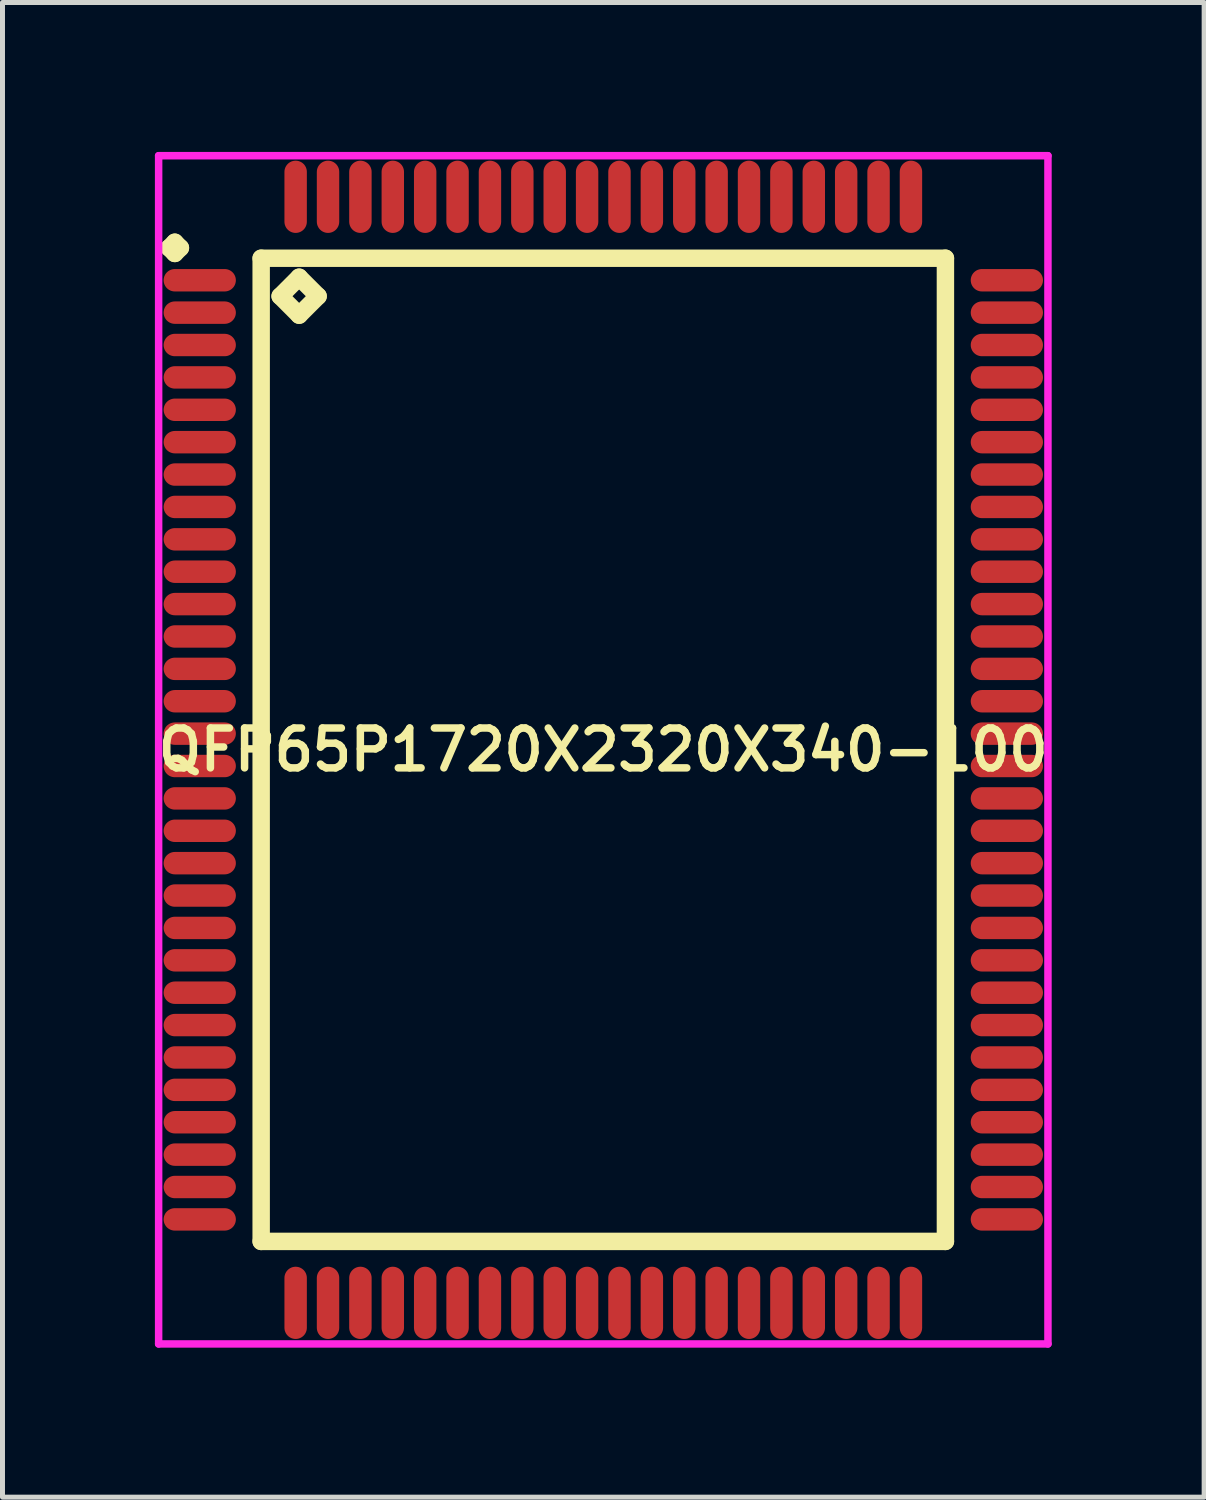
<source format=kicad_pcb>
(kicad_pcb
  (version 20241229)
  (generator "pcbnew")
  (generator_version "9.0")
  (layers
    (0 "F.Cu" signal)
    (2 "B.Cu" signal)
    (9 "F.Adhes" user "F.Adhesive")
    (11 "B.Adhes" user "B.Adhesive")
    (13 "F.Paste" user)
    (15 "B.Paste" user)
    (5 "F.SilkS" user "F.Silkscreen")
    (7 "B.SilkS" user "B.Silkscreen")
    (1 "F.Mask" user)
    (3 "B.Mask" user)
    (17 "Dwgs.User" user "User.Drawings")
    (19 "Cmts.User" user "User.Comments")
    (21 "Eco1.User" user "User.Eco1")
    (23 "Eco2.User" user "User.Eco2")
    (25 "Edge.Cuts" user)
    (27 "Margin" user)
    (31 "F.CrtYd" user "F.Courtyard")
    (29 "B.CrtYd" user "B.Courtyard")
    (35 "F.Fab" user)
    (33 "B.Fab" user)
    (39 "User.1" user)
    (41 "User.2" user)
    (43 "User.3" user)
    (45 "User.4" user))
  (footprint "QFP65P1720X2320X340-100"
    (layer "F.Cu")
    (at 9.059 12)
    (property "Reference" "QFP65P1720X2320X340-100" (at 0 0 0) (layer "F.SilkS") (effects (font (size 0.8 0.8) (thickness 0.15))))
    (attr through_hole)
    (fp_line (start -8.713 -10.075) (end -8.6 -10.188) (stroke (width 0.35) (type solid)) (layer "F.SilkS"))
    (fp_line (start -8.6 -10.188) (end -8.488 -10.075) (stroke (width 0.35) (type solid)) (layer "F.SilkS"))
    (fp_line (start -8.6 -9.963) (end -8.713 -10.075) (stroke (width 0.35) (type solid)) (layer "F.SilkS"))
    (fp_line (start -8.488 -10.075) (end -8.6 -9.963) (stroke (width 0.35) (type solid)) (layer "F.SilkS"))
    (fp_line (start -6.867 -9.867) (end -6.867 9.867) (stroke (width 0.35) (type solid)) (layer "F.SilkS"))
    (fp_line (start -6.867 9.867) (end 6.867 9.867) (stroke (width 0.35) (type solid)) (layer "F.SilkS"))
    (fp_line (start -6.486 -9.105) (end -6.105 -9.486) (stroke (width 0.35) (type solid)) (layer "F.SilkS"))
    (fp_line (start -6.105 -9.486) (end -5.724 -9.105) (stroke (width 0.35) (type solid)) (layer "F.SilkS"))
    (fp_line (start -6.105 -8.724) (end -6.486 -9.105) (stroke (width 0.35) (type solid)) (layer "F.SilkS"))
    (fp_line (start -5.724 -9.105) (end -6.105 -8.724) (stroke (width 0.35) (type solid)) (layer "F.SilkS"))
    (fp_line (start 6.867 -9.867) (end -6.867 -9.867) (stroke (width 0.35) (type solid)) (layer "F.SilkS"))
    (fp_line (start 6.867 9.867) (end 6.867 -9.867) (stroke (width 0.35) (type solid)) (layer "F.SilkS"))
    (fp_line (start -8.925 -11.925) (end 8.925 -11.925) (stroke (width 0.15) (type solid)) (layer "F.CrtYd"))
    (fp_line (start -8.925 11.925) (end -8.925 -11.925) (stroke (width 0.15) (type solid)) (layer "F.CrtYd"))
    (fp_line (start 8.925 -11.925) (end 8.925 11.925) (stroke (width 0.15) (type solid)) (layer "F.CrtYd"))
    (fp_line (start 8.925 11.925) (end -8.925 11.925) (stroke (width 0.15) (type solid)) (layer "F.CrtYd"))
    (pad "1" smd oval (at -8.1 -9.425) (size 1.45 0.45) (layers "F.Cu" "F.Mask" "F.Paste"))
    (pad "2" smd oval (at -8.1 -8.775) (size 1.45 0.45) (layers "F.Cu" "F.Mask" "F.Paste"))
    (pad "3" smd oval (at -8.1 -8.125) (size 1.45 0.45) (layers "F.Cu" "F.Mask" "F.Paste"))
    (pad "4" smd oval (at -8.1 -7.475) (size 1.45 0.45) (layers "F.Cu" "F.Mask" "F.Paste"))
    (pad "5" smd oval (at -8.1 -6.825) (size 1.45 0.45) (layers "F.Cu" "F.Mask" "F.Paste"))
    (pad "6" smd oval (at -8.1 -6.175) (size 1.45 0.45) (layers "F.Cu" "F.Mask" "F.Paste"))
    (pad "7" smd oval (at -8.1 -5.525) (size 1.45 0.45) (layers "F.Cu" "F.Mask" "F.Paste"))
    (pad "8" smd oval (at -8.1 -4.875) (size 1.45 0.45) (layers "F.Cu" "F.Mask" "F.Paste"))
    (pad "9" smd oval (at -8.1 -4.225) (size 1.45 0.45) (layers "F.Cu" "F.Mask" "F.Paste"))
    (pad "10" smd oval (at -8.1 -3.575) (size 1.45 0.45) (layers "F.Cu" "F.Mask" "F.Paste"))
    (pad "11" smd oval (at -8.1 -2.925) (size 1.45 0.45) (layers "F.Cu" "F.Mask" "F.Paste"))
    (pad "12" smd oval (at -8.1 -2.275) (size 1.45 0.45) (layers "F.Cu" "F.Mask" "F.Paste"))
    (pad "13" smd oval (at -8.1 -1.625) (size 1.45 0.45) (layers "F.Cu" "F.Mask" "F.Paste"))
    (pad "14" smd oval (at -8.1 -0.975) (size 1.45 0.45) (layers "F.Cu" "F.Mask" "F.Paste"))
    (pad "15" smd oval (at -8.1 -0.325) (size 1.45 0.45) (layers "F.Cu" "F.Mask" "F.Paste"))
    (pad "16" smd oval (at -8.1 0.325) (size 1.45 0.45) (layers "F.Cu" "F.Mask" "F.Paste"))
    (pad "17" smd oval (at -8.1 0.975) (size 1.45 0.45) (layers "F.Cu" "F.Mask" "F.Paste"))
    (pad "18" smd oval (at -8.1 1.625) (size 1.45 0.45) (layers "F.Cu" "F.Mask" "F.Paste"))
    (pad "19" smd oval (at -8.1 2.275) (size 1.45 0.45) (layers "F.Cu" "F.Mask" "F.Paste"))
    (pad "20" smd oval (at -8.1 2.925) (size 1.45 0.45) (layers "F.Cu" "F.Mask" "F.Paste"))
    (pad "21" smd oval (at -8.1 3.575) (size 1.45 0.45) (layers "F.Cu" "F.Mask" "F.Paste"))
    (pad "22" smd oval (at -8.1 4.225) (size 1.45 0.45) (layers "F.Cu" "F.Mask" "F.Paste"))
    (pad "23" smd oval (at -8.1 4.875) (size 1.45 0.45) (layers "F.Cu" "F.Mask" "F.Paste"))
    (pad "24" smd oval (at -8.1 5.525) (size 1.45 0.45) (layers "F.Cu" "F.Mask" "F.Paste"))
    (pad "25" smd oval (at -8.1 6.175) (size 1.45 0.45) (layers "F.Cu" "F.Mask" "F.Paste"))
    (pad "26" smd oval (at -8.1 6.825) (size 1.45 0.45) (layers "F.Cu" "F.Mask" "F.Paste"))
    (pad "27" smd oval (at -8.1 7.475) (size 1.45 0.45) (layers "F.Cu" "F.Mask" "F.Paste"))
    (pad "28" smd oval (at -8.1 8.125) (size 1.45 0.45) (layers "F.Cu" "F.Mask" "F.Paste"))
    (pad "29" smd oval (at -8.1 8.775) (size 1.45 0.45) (layers "F.Cu" "F.Mask" "F.Paste"))
    (pad "30" smd oval (at -8.1 9.425) (size 1.45 0.45) (layers "F.Cu" "F.Mask" "F.Paste"))
    (pad "31" smd oval (at -6.175 11.1) (size 0.45 1.45) (layers "F.Cu" "F.Mask" "F.Paste"))
    (pad "32" smd oval (at -5.525 11.1) (size 0.45 1.45) (layers "F.Cu" "F.Mask" "F.Paste"))
    (pad "33" smd oval (at -4.875 11.1) (size 0.45 1.45) (layers "F.Cu" "F.Mask" "F.Paste"))
    (pad "34" smd oval (at -4.225 11.1) (size 0.45 1.45) (layers "F.Cu" "F.Mask" "F.Paste"))
    (pad "35" smd oval (at -3.575 11.1) (size 0.45 1.45) (layers "F.Cu" "F.Mask" "F.Paste"))
    (pad "36" smd oval (at -2.925 11.1) (size 0.45 1.45) (layers "F.Cu" "F.Mask" "F.Paste"))
    (pad "37" smd oval (at -2.275 11.1) (size 0.45 1.45) (layers "F.Cu" "F.Mask" "F.Paste"))
    (pad "38" smd oval (at -1.625 11.1) (size 0.45 1.45) (layers "F.Cu" "F.Mask" "F.Paste"))
    (pad "39" smd oval (at -0.975 11.1) (size 0.45 1.45) (layers "F.Cu" "F.Mask" "F.Paste"))
    (pad "40" smd oval (at -0.325 11.1) (size 0.45 1.45) (layers "F.Cu" "F.Mask" "F.Paste"))
    (pad "41" smd oval (at 0.325 11.1) (size 0.45 1.45) (layers "F.Cu" "F.Mask" "F.Paste"))
    (pad "42" smd oval (at 0.975 11.1) (size 0.45 1.45) (layers "F.Cu" "F.Mask" "F.Paste"))
    (pad "43" smd oval (at 1.625 11.1) (size 0.45 1.45) (layers "F.Cu" "F.Mask" "F.Paste"))
    (pad "44" smd oval (at 2.275 11.1) (size 0.45 1.45) (layers "F.Cu" "F.Mask" "F.Paste"))
    (pad "45" smd oval (at 2.925 11.1) (size 0.45 1.45) (layers "F.Cu" "F.Mask" "F.Paste"))
    (pad "46" smd oval (at 3.575 11.1) (size 0.45 1.45) (layers "F.Cu" "F.Mask" "F.Paste"))
    (pad "47" smd oval (at 4.225 11.1) (size 0.45 1.45) (layers "F.Cu" "F.Mask" "F.Paste"))
    (pad "48" smd oval (at 4.875 11.1) (size 0.45 1.45) (layers "F.Cu" "F.Mask" "F.Paste"))
    (pad "49" smd oval (at 5.525 11.1) (size 0.45 1.45) (layers "F.Cu" "F.Mask" "F.Paste"))
    (pad "50" smd oval (at 6.175 11.1) (size 0.45 1.45) (layers "F.Cu" "F.Mask" "F.Paste"))
    (pad "51" smd oval (at 8.1 9.425) (size 1.45 0.45) (layers "F.Cu" "F.Mask" "F.Paste"))
    (pad "52" smd oval (at 8.1 8.775) (size 1.45 0.45) (layers "F.Cu" "F.Mask" "F.Paste"))
    (pad "53" smd oval (at 8.1 8.125) (size 1.45 0.45) (layers "F.Cu" "F.Mask" "F.Paste"))
    (pad "54" smd oval (at 8.1 7.475) (size 1.45 0.45) (layers "F.Cu" "F.Mask" "F.Paste"))
    (pad "55" smd oval (at 8.1 6.825) (size 1.45 0.45) (layers "F.Cu" "F.Mask" "F.Paste"))
    (pad "56" smd oval (at 8.1 6.175) (size 1.45 0.45) (layers "F.Cu" "F.Mask" "F.Paste"))
    (pad "57" smd oval (at 8.1 5.525) (size 1.45 0.45) (layers "F.Cu" "F.Mask" "F.Paste"))
    (pad "58" smd oval (at 8.1 4.875) (size 1.45 0.45) (layers "F.Cu" "F.Mask" "F.Paste"))
    (pad "59" smd oval (at 8.1 4.225) (size 1.45 0.45) (layers "F.Cu" "F.Mask" "F.Paste"))
    (pad "60" smd oval (at 8.1 3.575) (size 1.45 0.45) (layers "F.Cu" "F.Mask" "F.Paste"))
    (pad "61" smd oval (at 8.1 2.925) (size 1.45 0.45) (layers "F.Cu" "F.Mask" "F.Paste"))
    (pad "62" smd oval (at 8.1 2.275) (size 1.45 0.45) (layers "F.Cu" "F.Mask" "F.Paste"))
    (pad "63" smd oval (at 8.1 1.625) (size 1.45 0.45) (layers "F.Cu" "F.Mask" "F.Paste"))
    (pad "64" smd oval (at 8.1 0.975) (size 1.45 0.45) (layers "F.Cu" "F.Mask" "F.Paste"))
    (pad "65" smd oval (at 8.1 0.325) (size 1.45 0.45) (layers "F.Cu" "F.Mask" "F.Paste"))
    (pad "66" smd oval (at 8.1 -0.325) (size 1.45 0.45) (layers "F.Cu" "F.Mask" "F.Paste"))
    (pad "67" smd oval (at 8.1 -0.975) (size 1.45 0.45) (layers "F.Cu" "F.Mask" "F.Paste"))
    (pad "68" smd oval (at 8.1 -1.625) (size 1.45 0.45) (layers "F.Cu" "F.Mask" "F.Paste"))
    (pad "69" smd oval (at 8.1 -2.275) (size 1.45 0.45) (layers "F.Cu" "F.Mask" "F.Paste"))
    (pad "70" smd oval (at 8.1 -2.925) (size 1.45 0.45) (layers "F.Cu" "F.Mask" "F.Paste"))
    (pad "71" smd oval (at 8.1 -3.575) (size 1.45 0.45) (layers "F.Cu" "F.Mask" "F.Paste"))
    (pad "72" smd oval (at 8.1 -4.225) (size 1.45 0.45) (layers "F.Cu" "F.Mask" "F.Paste"))
    (pad "73" smd oval (at 8.1 -4.875) (size 1.45 0.45) (layers "F.Cu" "F.Mask" "F.Paste"))
    (pad "74" smd oval (at 8.1 -5.525) (size 1.45 0.45) (layers "F.Cu" "F.Mask" "F.Paste"))
    (pad "75" smd oval (at 8.1 -6.175) (size 1.45 0.45) (layers "F.Cu" "F.Mask" "F.Paste"))
    (pad "76" smd oval (at 8.1 -6.825) (size 1.45 0.45) (layers "F.Cu" "F.Mask" "F.Paste"))
    (pad "77" smd oval (at 8.1 -7.475) (size 1.45 0.45) (layers "F.Cu" "F.Mask" "F.Paste"))
    (pad "78" smd oval (at 8.1 -8.125) (size 1.45 0.45) (layers "F.Cu" "F.Mask" "F.Paste"))
    (pad "79" smd oval (at 8.1 -8.775) (size 1.45 0.45) (layers "F.Cu" "F.Mask" "F.Paste"))
    (pad "80" smd oval (at 8.1 -9.425) (size 1.45 0.45) (layers "F.Cu" "F.Mask" "F.Paste"))
    (pad "81" smd oval (at 6.175 -11.1) (size 0.45 1.45) (layers "F.Cu" "F.Mask" "F.Paste"))
    (pad "82" smd oval (at 5.525 -11.1) (size 0.45 1.45) (layers "F.Cu" "F.Mask" "F.Paste"))
    (pad "83" smd oval (at 4.875 -11.1) (size 0.45 1.45) (layers "F.Cu" "F.Mask" "F.Paste"))
    (pad "84" smd oval (at 4.225 -11.1) (size 0.45 1.45) (layers "F.Cu" "F.Mask" "F.Paste"))
    (pad "85" smd oval (at 3.575 -11.1) (size 0.45 1.45) (layers "F.Cu" "F.Mask" "F.Paste"))
    (pad "86" smd oval (at 2.925 -11.1) (size 0.45 1.45) (layers "F.Cu" "F.Mask" "F.Paste"))
    (pad "87" smd oval (at 2.275 -11.1) (size 0.45 1.45) (layers "F.Cu" "F.Mask" "F.Paste"))
    (pad "88" smd oval (at 1.625 -11.1) (size 0.45 1.45) (layers "F.Cu" "F.Mask" "F.Paste"))
    (pad "89" smd oval (at 0.975 -11.1) (size 0.45 1.45) (layers "F.Cu" "F.Mask" "F.Paste"))
    (pad "90" smd oval (at 0.325 -11.1) (size 0.45 1.45) (layers "F.Cu" "F.Mask" "F.Paste"))
    (pad "91" smd oval (at -0.325 -11.1) (size 0.45 1.45) (layers "F.Cu" "F.Mask" "F.Paste"))
    (pad "92" smd oval (at -0.975 -11.1) (size 0.45 1.45) (layers "F.Cu" "F.Mask" "F.Paste"))
    (pad "93" smd oval (at -1.625 -11.1) (size 0.45 1.45) (layers "F.Cu" "F.Mask" "F.Paste"))
    (pad "94" smd oval (at -2.275 -11.1) (size 0.45 1.45) (layers "F.Cu" "F.Mask" "F.Paste"))
    (pad "95" smd oval (at -2.925 -11.1) (size 0.45 1.45) (layers "F.Cu" "F.Mask" "F.Paste"))
    (pad "96" smd oval (at -3.575 -11.1) (size 0.45 1.45) (layers "F.Cu" "F.Mask" "F.Paste"))
    (pad "97" smd oval (at -4.225 -11.1) (size 0.45 1.45) (layers "F.Cu" "F.Mask" "F.Paste"))
    (pad "98" smd oval (at -4.875 -11.1) (size 0.45 1.45) (layers "F.Cu" "F.Mask" "F.Paste"))
    (pad "99" smd oval (at -5.525 -11.1) (size 0.45 1.45) (layers "F.Cu" "F.Mask" "F.Paste"))
    (pad "100" smd oval (at -6.175 -11.1) (size 0.45 1.45) (layers "F.Cu" "F.Mask" "F.Paste")))
  (gr_rect
    (start -3 -3)
    (end 21.119 27)
    (stroke (width 0.1) (type default))
    (fill no)
    (layer "Edge.Cuts")))
</source>
